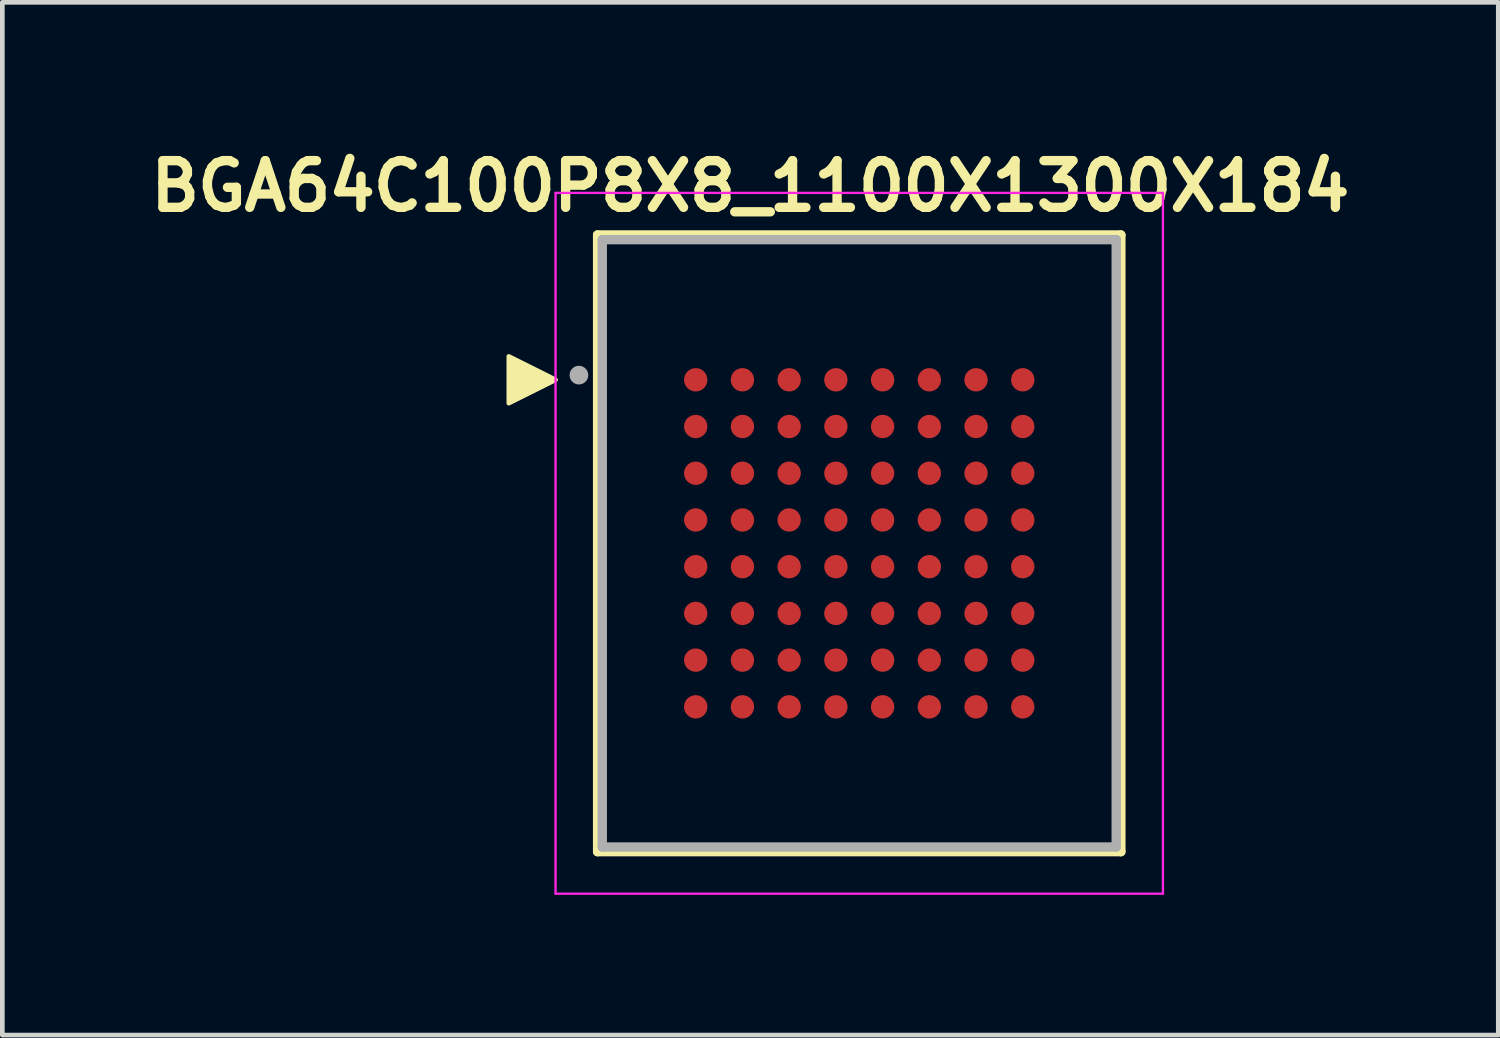
<source format=kicad_pcb>
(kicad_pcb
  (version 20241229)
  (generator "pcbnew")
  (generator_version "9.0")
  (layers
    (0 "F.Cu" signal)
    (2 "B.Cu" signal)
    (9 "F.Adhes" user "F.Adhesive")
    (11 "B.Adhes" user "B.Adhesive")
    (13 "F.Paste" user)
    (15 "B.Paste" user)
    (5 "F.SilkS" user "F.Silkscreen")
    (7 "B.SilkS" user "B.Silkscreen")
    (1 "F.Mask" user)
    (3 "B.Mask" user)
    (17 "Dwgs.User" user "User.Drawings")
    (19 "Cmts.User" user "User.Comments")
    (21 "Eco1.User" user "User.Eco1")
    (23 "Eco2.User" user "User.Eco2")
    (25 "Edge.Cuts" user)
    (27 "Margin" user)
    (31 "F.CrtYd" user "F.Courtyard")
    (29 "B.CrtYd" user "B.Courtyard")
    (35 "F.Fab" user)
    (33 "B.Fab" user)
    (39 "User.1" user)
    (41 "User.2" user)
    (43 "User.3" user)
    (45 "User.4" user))
  (footprint "BGA64C100P8X8_1100X1300X184"
    (layer "F.Cu")
    (at 15.341 8.579)
    (property "Reference" "BGA64C100P8X8_1100X1300X184" (at -2.332 -7.643 0) (layer "F.SilkS") (effects (font (size 1 1) (thickness 0.2))))
    (attr through_hole)
    (fp_line (start -5.6 -6.6) (end 5.6 -6.6) (stroke (width 0.2) (type solid)) (layer "F.SilkS"))
    (fp_line (start -5.6 6.6) (end -5.6 -6.6) (stroke (width 0.2) (type solid)) (layer "F.SilkS"))
    (fp_line (start 5.6 -6.6) (end 5.6 6.6) (stroke (width 0.2) (type solid)) (layer "F.SilkS"))
    (fp_line (start 5.6 6.6) (end -5.6 6.6) (stroke (width 0.2) (type solid)) (layer "F.SilkS"))
    (fp_poly (pts (xy -6.5 -3.5) (xy -7.5 -3) (xy -7.5 -4)) (stroke (width 0.1) (type solid)) (fill yes) (layer "F.SilkS"))
    (fp_line (start -6.5 -7.5) (end 6.5 -7.5) (stroke (width 0.05) (type solid)) (layer "F.CrtYd"))
    (fp_line (start -6.5 7.5) (end -6.5 -7.5) (stroke (width 0.05) (type solid)) (layer "F.CrtYd"))
    (fp_line (start 6.5 -7.5) (end 6.5 7.5) (stroke (width 0.05) (type solid)) (layer "F.CrtYd"))
    (fp_line (start 6.5 7.5) (end -6.5 7.5) (stroke (width 0.05) (type solid)) (layer "F.CrtYd"))
    (fp_line (start -5.5 -6.5) (end 5.5 -6.5) (stroke (width 0.2) (type solid)) (layer "F.Fab"))
    (fp_line (start -5.5 6.5) (end -5.5 -6.5) (stroke (width 0.2) (type solid)) (layer "F.Fab"))
    (fp_line (start 5.5 -6.5) (end 5.5 6.5) (stroke (width 0.2) (type solid)) (layer "F.Fab"))
    (fp_line (start 5.5 6.5) (end -5.5 6.5) (stroke (width 0.2) (type solid)) (layer "F.Fab"))
    (fp_circle (center -6 -3.6) (end -5.9 -3.6) (stroke (width 0.2) (type solid)) (fill no) (layer "F.Fab"))
    (pad "A1" smd circle (at -3.5 -3.5) (size 0.5 0.5) (layers "F.Cu" "F.Mask" "F.Paste"))
    (pad "A2" smd circle (at -2.5 -3.5) (size 0.5 0.5) (layers "F.Cu" "F.Mask" "F.Paste"))
    (pad "A3" smd circle (at -1.5 -3.5) (size 0.5 0.5) (layers "F.Cu" "F.Mask" "F.Paste"))
    (pad "A4" smd circle (at -0.5 -3.5) (size 0.5 0.5) (layers "F.Cu" "F.Mask" "F.Paste"))
    (pad "A5" smd circle (at 0.5 -3.5) (size 0.5 0.5) (layers "F.Cu" "F.Mask" "F.Paste"))
    (pad "A6" smd circle (at 1.5 -3.5) (size 0.5 0.5) (layers "F.Cu" "F.Mask" "F.Paste"))
    (pad "A7" smd circle (at 2.5 -3.5) (size 0.5 0.5) (layers "F.Cu" "F.Mask" "F.Paste"))
    (pad "A8" smd circle (at 3.5 -3.5) (size 0.5 0.5) (layers "F.Cu" "F.Mask" "F.Paste"))
    (pad "B1" smd circle (at -3.5 -2.5) (size 0.5 0.5) (layers "F.Cu" "F.Mask" "F.Paste"))
    (pad "B2" smd circle (at -2.5 -2.5) (size 0.5 0.5) (layers "F.Cu" "F.Mask" "F.Paste"))
    (pad "B3" smd circle (at -1.5 -2.5) (size 0.5 0.5) (layers "F.Cu" "F.Mask" "F.Paste"))
    (pad "B4" smd circle (at -0.5 -2.5) (size 0.5 0.5) (layers "F.Cu" "F.Mask" "F.Paste"))
    (pad "B5" smd circle (at 0.5 -2.5) (size 0.5 0.5) (layers "F.Cu" "F.Mask" "F.Paste"))
    (pad "B6" smd circle (at 1.5 -2.5) (size 0.5 0.5) (layers "F.Cu" "F.Mask" "F.Paste"))
    (pad "B7" smd circle (at 2.5 -2.5) (size 0.5 0.5) (layers "F.Cu" "F.Mask" "F.Paste"))
    (pad "B8" smd circle (at 3.5 -2.5) (size 0.5 0.5) (layers "F.Cu" "F.Mask" "F.Paste"))
    (pad "C1" smd circle (at -3.5 -1.5) (size 0.5 0.5) (layers "F.Cu" "F.Mask" "F.Paste"))
    (pad "C2" smd circle (at -2.5 -1.5) (size 0.5 0.5) (layers "F.Cu" "F.Mask" "F.Paste"))
    (pad "C3" smd circle (at -1.5 -1.5) (size 0.5 0.5) (layers "F.Cu" "F.Mask" "F.Paste"))
    (pad "C4" smd circle (at -0.5 -1.5) (size 0.5 0.5) (layers "F.Cu" "F.Mask" "F.Paste"))
    (pad "C5" smd circle (at 0.5 -1.5) (size 0.5 0.5) (layers "F.Cu" "F.Mask" "F.Paste"))
    (pad "C6" smd circle (at 1.5 -1.5) (size 0.5 0.5) (layers "F.Cu" "F.Mask" "F.Paste"))
    (pad "C7" smd circle (at 2.5 -1.5) (size 0.5 0.5) (layers "F.Cu" "F.Mask" "F.Paste"))
    (pad "C8" smd circle (at 3.5 -1.5) (size 0.5 0.5) (layers "F.Cu" "F.Mask" "F.Paste"))
    (pad "D1" smd circle (at -3.5 -0.5) (size 0.5 0.5) (layers "F.Cu" "F.Mask" "F.Paste"))
    (pad "D2" smd circle (at -2.5 -0.5) (size 0.5 0.5) (layers "F.Cu" "F.Mask" "F.Paste"))
    (pad "D3" smd circle (at -1.5 -0.5) (size 0.5 0.5) (layers "F.Cu" "F.Mask" "F.Paste"))
    (pad "D4" smd circle (at -0.5 -0.5) (size 0.5 0.5) (layers "F.Cu" "F.Mask" "F.Paste"))
    (pad "D5" smd circle (at 0.5 -0.5) (size 0.5 0.5) (layers "F.Cu" "F.Mask" "F.Paste"))
    (pad "D6" smd circle (at 1.5 -0.5) (size 0.5 0.5) (layers "F.Cu" "F.Mask" "F.Paste"))
    (pad "D7" smd circle (at 2.5 -0.5) (size 0.5 0.5) (layers "F.Cu" "F.Mask" "F.Paste"))
    (pad "D8" smd circle (at 3.5 -0.5) (size 0.5 0.5) (layers "F.Cu" "F.Mask" "F.Paste"))
    (pad "E1" smd circle (at -3.5 0.5) (size 0.5 0.5) (layers "F.Cu" "F.Mask" "F.Paste"))
    (pad "E2" smd circle (at -2.5 0.5) (size 0.5 0.5) (layers "F.Cu" "F.Mask" "F.Paste"))
    (pad "E3" smd circle (at -1.5 0.5) (size 0.5 0.5) (layers "F.Cu" "F.Mask" "F.Paste"))
    (pad "E4" smd circle (at -0.5 0.5) (size 0.5 0.5) (layers "F.Cu" "F.Mask" "F.Paste"))
    (pad "E5" smd circle (at 0.5 0.5) (size 0.5 0.5) (layers "F.Cu" "F.Mask" "F.Paste"))
    (pad "E6" smd circle (at 1.5 0.5) (size 0.5 0.5) (layers "F.Cu" "F.Mask" "F.Paste"))
    (pad "E7" smd circle (at 2.5 0.5) (size 0.5 0.5) (layers "F.Cu" "F.Mask" "F.Paste"))
    (pad "E8" smd circle (at 3.5 0.5) (size 0.5 0.5) (layers "F.Cu" "F.Mask" "F.Paste"))
    (pad "F1" smd circle (at -3.5 1.5) (size 0.5 0.5) (layers "F.Cu" "F.Mask" "F.Paste"))
    (pad "F2" smd circle (at -2.5 1.5) (size 0.5 0.5) (layers "F.Cu" "F.Mask" "F.Paste"))
    (pad "F3" smd circle (at -1.5 1.5) (size 0.5 0.5) (layers "F.Cu" "F.Mask" "F.Paste"))
    (pad "F4" smd circle (at -0.5 1.5) (size 0.5 0.5) (layers "F.Cu" "F.Mask" "F.Paste"))
    (pad "F5" smd circle (at 0.5 1.5) (size 0.5 0.5) (layers "F.Cu" "F.Mask" "F.Paste"))
    (pad "F6" smd circle (at 1.5 1.5) (size 0.5 0.5) (layers "F.Cu" "F.Mask" "F.Paste"))
    (pad "F7" smd circle (at 2.5 1.5) (size 0.5 0.5) (layers "F.Cu" "F.Mask" "F.Paste"))
    (pad "F8" smd circle (at 3.5 1.5) (size 0.5 0.5) (layers "F.Cu" "F.Mask" "F.Paste"))
    (pad "G1" smd circle (at -3.5 2.5) (size 0.5 0.5) (layers "F.Cu" "F.Mask" "F.Paste"))
    (pad "G2" smd circle (at -2.5 2.5) (size 0.5 0.5) (layers "F.Cu" "F.Mask" "F.Paste"))
    (pad "G3" smd circle (at -1.5 2.5) (size 0.5 0.5) (layers "F.Cu" "F.Mask" "F.Paste"))
    (pad "G4" smd circle (at -0.5 2.5) (size 0.5 0.5) (layers "F.Cu" "F.Mask" "F.Paste"))
    (pad "G5" smd circle (at 0.5 2.5) (size 0.5 0.5) (layers "F.Cu" "F.Mask" "F.Paste"))
    (pad "G6" smd circle (at 1.5 2.5) (size 0.5 0.5) (layers "F.Cu" "F.Mask" "F.Paste"))
    (pad "G7" smd circle (at 2.5 2.5) (size 0.5 0.5) (layers "F.Cu" "F.Mask" "F.Paste"))
    (pad "G8" smd circle (at 3.5 2.5) (size 0.5 0.5) (layers "F.Cu" "F.Mask" "F.Paste"))
    (pad "H1" smd circle (at -3.5 3.5) (size 0.5 0.5) (layers "F.Cu" "F.Mask" "F.Paste"))
    (pad "H2" smd circle (at -2.5 3.5) (size 0.5 0.5) (layers "F.Cu" "F.Mask" "F.Paste"))
    (pad "H3" smd circle (at -1.5 3.5) (size 0.5 0.5) (layers "F.Cu" "F.Mask" "F.Paste"))
    (pad "H4" smd circle (at -0.5 3.5) (size 0.5 0.5) (layers "F.Cu" "F.Mask" "F.Paste"))
    (pad "H5" smd circle (at 0.5 3.5) (size 0.5 0.5) (layers "F.Cu" "F.Mask" "F.Paste"))
    (pad "H6" smd circle (at 1.5 3.5) (size 0.5 0.5) (layers "F.Cu" "F.Mask" "F.Paste"))
    (pad "H7" smd circle (at 2.5 3.5) (size 0.5 0.5) (layers "F.Cu" "F.Mask" "F.Paste"))
    (pad "H8" smd circle (at 3.5 3.5) (size 0.5 0.5) (layers "F.Cu" "F.Mask" "F.Paste")))
  (gr_rect
    (start -3 -3)
    (end 29.019 19.104)
    (stroke (width 0.1) (type default))
    (fill no)
    (layer "Edge.Cuts")))
</source>
